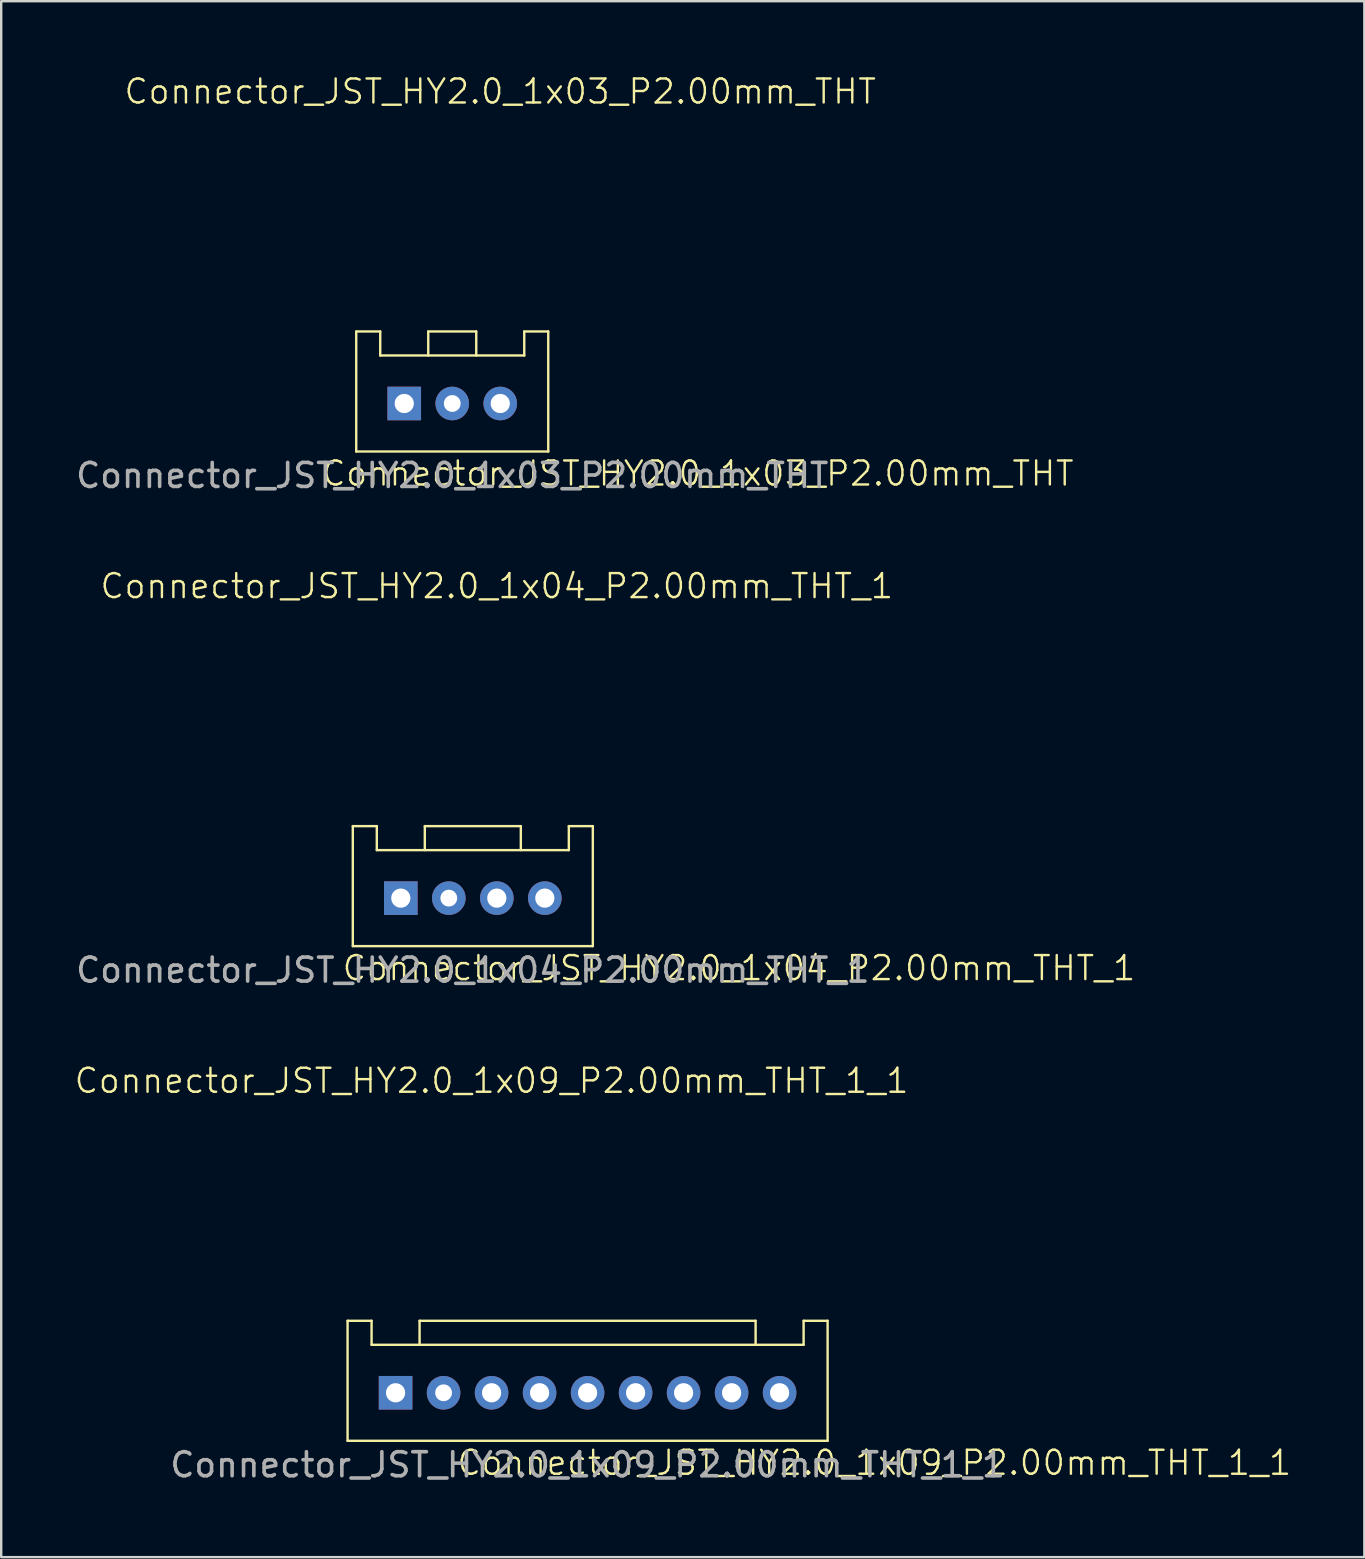
<source format=kicad_pcb>
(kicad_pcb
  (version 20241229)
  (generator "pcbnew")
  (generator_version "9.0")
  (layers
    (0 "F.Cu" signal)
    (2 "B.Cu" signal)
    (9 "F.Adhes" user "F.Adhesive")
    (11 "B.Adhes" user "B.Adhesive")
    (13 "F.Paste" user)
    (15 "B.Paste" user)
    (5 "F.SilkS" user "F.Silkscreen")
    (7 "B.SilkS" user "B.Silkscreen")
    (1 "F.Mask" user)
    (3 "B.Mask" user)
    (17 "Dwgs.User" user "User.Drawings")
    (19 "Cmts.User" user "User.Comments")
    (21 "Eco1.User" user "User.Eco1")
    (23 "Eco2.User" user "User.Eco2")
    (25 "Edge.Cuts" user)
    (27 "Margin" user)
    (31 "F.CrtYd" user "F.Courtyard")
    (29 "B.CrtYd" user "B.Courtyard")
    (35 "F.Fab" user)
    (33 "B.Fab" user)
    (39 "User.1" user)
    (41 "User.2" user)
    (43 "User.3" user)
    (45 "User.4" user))
  (footprint "Connector_JST_HY2.0_1x04_P2.00mm_THT_1"
    (layer "F.Cu")
    (at 13.649 34.369)
    (property "Reference" "Connector_JST_HY2.0_1x04_P2.00mm_THT_1" (at 4 -13 0) (unlocked yes) (layer "F.SilkS") (effects (font (size 1 1) (thickness 0.1))))
    (attr through_hole)
    (fp_line (start -2 -3) (end -2 2) (stroke (width 0.1) (type default)) (layer "F.SilkS"))
    (fp_line (start -1 -3) (end -2 -3) (stroke (width 0.1) (type default)) (layer "F.SilkS"))
    (fp_line (start -1 -2) (end -1 -3) (stroke (width 0.1) (type default)) (layer "F.SilkS"))
    (fp_line (start 1 -3) (end 1 -2) (stroke (width 0.1) (type default)) (layer "F.SilkS"))
    (fp_line (start 5 -3) (end 1 -3) (stroke (width 0.1) (type default)) (layer "F.SilkS"))
    (fp_line (start 5 -3) (end 5 -2) (stroke (width 0.1) (type default)) (layer "F.SilkS"))
    (fp_line (start 7 -3) (end 8 -3) (stroke (width 0.1) (type default)) (layer "F.SilkS"))
    (fp_line (start 7 -2) (end -1 -2) (stroke (width 0.1) (type default)) (layer "F.SilkS"))
    (fp_line (start 7 -2) (end 7 -3) (stroke (width 0.1) (type default)) (layer "F.SilkS"))
    (fp_line (start 8 2) (end -2 2) (stroke (width 0.1) (type default)) (layer "F.SilkS"))
    (fp_line (start 8 2) (end 8 -3) (stroke (width 0.1) (type default)) (layer "F.SilkS"))
    (fp_text user "${REFERENCE}" (at -2.5 3.5 0) (unlocked yes) (layer "F.SilkS") (effects (font (size 1 1) (thickness 0.1)) (justify left bottom)))
    (fp_text user "${REFERENCE}" (at 3 3 0) (unlocked yes) (layer "F.Fab") (effects (font (size 1 1) (thickness 0.15))))
    (pad "1" thru_hole rect (at 0 0) (size 1.4 1.4) (drill 0.8) (layers "*.Cu" "*.Mask"))
    (pad "2" thru_hole circle (at 2 0) (size 1.4 1.4) (drill 0.7) (layers "*.Cu" "*.Mask"))
    (pad "3" thru_hole circle (at 4 0) (size 1.4 1.4) (drill 0.8) (layers "*.Cu" "*.Mask"))
    (pad "4" thru_hole circle (at 6 0) (size 1.4 1.4) (drill 0.8) (layers "*.Cu" "*.Mask")))
  (footprint "Connector_JST_HY2.0_1x03_P2.00mm_THT"
    (layer "F.Cu")
    (at 13.792 13.761)
    (property "Reference" "Connector_JST_HY2.0_1x03_P2.00mm_THT" (at 4 -13 0) (unlocked yes) (layer "F.SilkS") (effects (font (size 1 1) (thickness 0.1))))
    (attr through_hole)
    (fp_line (start -2 -3) (end -2 2) (stroke (width 0.1) (type default)) (layer "F.SilkS"))
    (fp_line (start -1 -3) (end -2 -3) (stroke (width 0.1) (type default)) (layer "F.SilkS"))
    (fp_line (start -1 -2) (end -1 -3) (stroke (width 0.1) (type default)) (layer "F.SilkS"))
    (fp_line (start 1 -3) (end 1 -2) (stroke (width 0.1) (type default)) (layer "F.SilkS"))
    (fp_line (start 3 -3) (end 1 -3) (stroke (width 0.1) (type default)) (layer "F.SilkS"))
    (fp_line (start 3 -3) (end 3 -2) (stroke (width 0.1) (type default)) (layer "F.SilkS"))
    (fp_line (start 5 -3) (end 6 -3) (stroke (width 0.1) (type default)) (layer "F.SilkS"))
    (fp_line (start 5 -2) (end -1 -2) (stroke (width 0.1) (type default)) (layer "F.SilkS"))
    (fp_line (start 5 -2) (end 5 -3) (stroke (width 0.1) (type default)) (layer "F.SilkS"))
    (fp_line (start 6 2) (end -2 2) (stroke (width 0.1) (type default)) (layer "F.SilkS"))
    (fp_line (start 6 2) (end 6 -3) (stroke (width 0.1) (type default)) (layer "F.SilkS"))
    (fp_text user "${REFERENCE}" (at -3.5 3.5 0) (unlocked yes) (layer "F.SilkS") (effects (font (size 1 1) (thickness 0.1)) (justify left bottom)))
    (fp_text user "${REFERENCE}" (at 2 3 0) (unlocked yes) (layer "F.Fab") (effects (font (size 1 1) (thickness 0.15))))
    (pad "1" thru_hole rect (at 0 0) (size 1.4 1.4) (drill 0.8) (layers "*.Cu" "*.Mask"))
    (pad "2" thru_hole circle (at 2 0) (size 1.4 1.4) (drill 0.7) (layers "*.Cu" "*.Mask"))
    (pad "3" thru_hole circle (at 4 0) (size 1.4 1.4) (drill 0.8) (layers "*.Cu" "*.Mask")))
  (footprint "Connector_JST_HY2.0_1x09_P2.00mm_THT_1_1"
    (layer "F.Cu")
    (at 13.431 54.978)
    (property "Reference" "Connector_JST_HY2.0_1x09_P2.00mm_THT_1_1" (at 4 -13 0) (unlocked yes) (layer "F.SilkS") (effects (font (size 1 1) (thickness 0.1))))
    (attr through_hole)
    (fp_line (start -2 -3) (end -2 2) (stroke (width 0.1) (type default)) (layer "F.SilkS"))
    (fp_line (start -1 -3) (end -2 -3) (stroke (width 0.1) (type default)) (layer "F.SilkS"))
    (fp_line (start -1 -2) (end -1 -3) (stroke (width 0.1) (type default)) (layer "F.SilkS"))
    (fp_line (start 1 -3) (end 1 -2) (stroke (width 0.1) (type default)) (layer "F.SilkS"))
    (fp_line (start 15 -3) (end 1 -3) (stroke (width 0.1) (type default)) (layer "F.SilkS"))
    (fp_line (start 15 -3) (end 15 -2) (stroke (width 0.1) (type default)) (layer "F.SilkS"))
    (fp_line (start 17 -3) (end 18 -3) (stroke (width 0.1) (type default)) (layer "F.SilkS"))
    (fp_line (start 17 -2) (end -1 -2) (stroke (width 0.1) (type default)) (layer "F.SilkS"))
    (fp_line (start 17 -2) (end 17 -3) (stroke (width 0.1) (type default)) (layer "F.SilkS"))
    (fp_line (start 18 2) (end -2 2) (stroke (width 0.1) (type default)) (layer "F.SilkS"))
    (fp_line (start 18 2) (end 18 -3) (stroke (width 0.1) (type default)) (layer "F.SilkS"))
    (fp_text user "${REFERENCE}" (at 2.5 3.5 0) (unlocked yes) (layer "F.SilkS") (effects (font (size 1 1) (thickness 0.1)) (justify left bottom)))
    (fp_text user "${REFERENCE}" (at 8 3 0) (unlocked yes) (layer "F.Fab") (effects (font (size 1 1) (thickness 0.15))))
    (pad "1" thru_hole rect (at 0 0) (size 1.4 1.4) (drill 0.8) (layers "*.Cu" "*.Mask"))
    (pad "2" thru_hole circle (at 2 0) (size 1.4 1.4) (drill 0.7) (layers "*.Cu" "*.Mask"))
    (pad "3" thru_hole circle (at 4 0) (size 1.4 1.4) (drill 0.8) (layers "*.Cu" "*.Mask"))
    (pad "4" thru_hole circle (at 6 0) (size 1.4 1.4) (drill 0.8) (layers "*.Cu" "*.Mask"))
    (pad "5" thru_hole circle (at 8 0) (size 1.4 1.4) (drill 0.8) (layers "*.Cu" "*.Mask"))
    (pad "6" thru_hole circle (at 10 0) (size 1.4 1.4) (drill 0.8) (layers "*.Cu" "*.Mask"))
    (pad "7" thru_hole circle (at 12 0) (size 1.4 1.4) (drill 0.8) (layers "*.Cu" "*.Mask"))
    (pad "8" thru_hole circle (at 14 0) (size 1.4 1.4) (drill 0.8) (layers "*.Cu" "*.Mask"))
    (pad "9" thru_hole circle (at 16 0) (size 1.4 1.4) (drill 0.8) (layers "*.Cu" "*.Mask")))
  (gr_rect
    (start -3 -3)
    (end 53.793 61.826)
    (stroke (width 0.1) (type default))
    (fill no)
    (layer "Edge.Cuts")))
</source>
